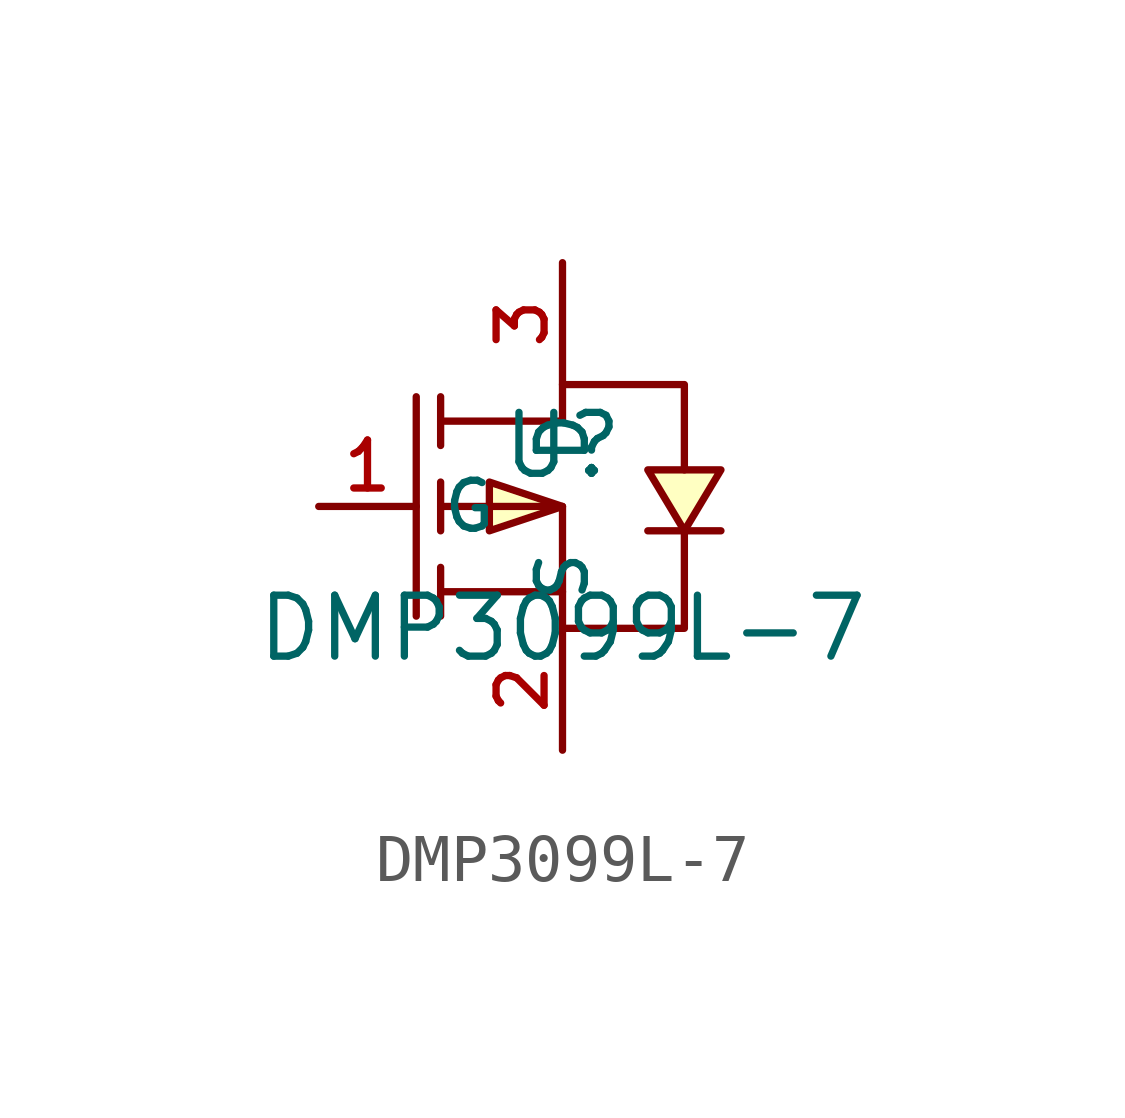
<source format=kicad_sym>
(kicad_symbol_lib
  (version 20210201)
  (generator TousstNicolas/JLC2KiCad_lib)
  (symbol "DMP3099L-7"
    (property "Reference" "U"
      (at 0 1.27 0)
      (effects (font (size 1.27 1.27))))
    (property "Value" "DMP3099L-7"
      (at 0 -2.54 0)
      (effects (font (size 1.27 1.27))))
    (symbol "DMP3099L-7_0_1"
      (polyline (pts (xy 0.0 -0.0) (xy -1.524 0.508) (xy -1.524 -0.508) (xy 0.0 -0.0)) (stroke (width 0) (type default) (color 0 0 0 0)) (fill (type background)))
      (polyline (pts (xy 2.54 -0.508) (xy 3.302 0.762) (xy 1.778 0.762) (xy 2.54 -0.508)) (stroke (width 0) (type default) (color 0 0 0 0)) (fill (type background)))
      (polyline (pts (xy 0.0 -2.54) (xy 2.54 -2.54) (xy 2.54 -0.508)) (stroke (width 0) (type default) (color 0 0 0 0)) (fill (type none)))
      (polyline (pts (xy 0.0 1.778) (xy 0.0 2.54) (xy 2.54 2.54) (xy 2.54 0.762)) (stroke (width 0) (type default) (color 0 0 0 0)) (fill (type none)))
      (polyline (pts (xy 0.0 1.778) (xy -2.54 1.778)) (stroke (width 0) (type default) (color 0 0 0 0)) (fill (type none)))
      (polyline (pts (xy -2.54 -0.0) (xy 0.0 -0.0) (xy 0.0 -2.54)) (stroke (width 0) (type default) (color 0 0 0 0)) (fill (type none)))
      (polyline (pts (xy 0.0 -1.778) (xy -2.54 -1.778)) (stroke (width 0) (type default) (color 0 0 0 0)) (fill (type none)))
      (polyline (pts (xy -3.048 2.286) (xy -3.048 -2.286)) (stroke (width 0) (type default) (color 0 0 0 0)) (fill (type none)))
      (polyline (pts (xy -2.54 1.27) (xy -2.54 2.286)) (stroke (width 0) (type default) (color 0 0 0 0)) (fill (type none)))
      (polyline (pts (xy -2.54 -0.508) (xy -2.54 0.508)) (stroke (width 0) (type default) (color 0 0 0 0)) (fill (type none)))
      (polyline (pts (xy -2.54 -2.286) (xy -2.54 -1.27)) (stroke (width 0) (type default) (color 0 0 0 0)) (fill (type none)))
      (polyline (pts (xy 3.302 -0.508) (xy 3.048 -0.508) (xy 2.032 -0.508) (xy 1.778 -0.508)) (stroke (width 0) (type default) (color 0 0 0 0)) (fill (type none)))
      (pin unspecified line (at 0.0 5.08 270) (length 2.54) (name "D" (effects (font (size 1 1)))) (number "3" (effects (font (size 1 1)))))
      (pin unspecified line (at -5.08 -0.0 0) (length 2.032) (name "G" (effects (font (size 1 1)))) (number "1" (effects (font (size 1 1)))))
      (pin unspecified line (at 0.0 -5.08 90) (length 2.54) (name "S" (effects (font (size 1 1)))) (number "2" (effects (font (size 1 1))))))))
</source>
